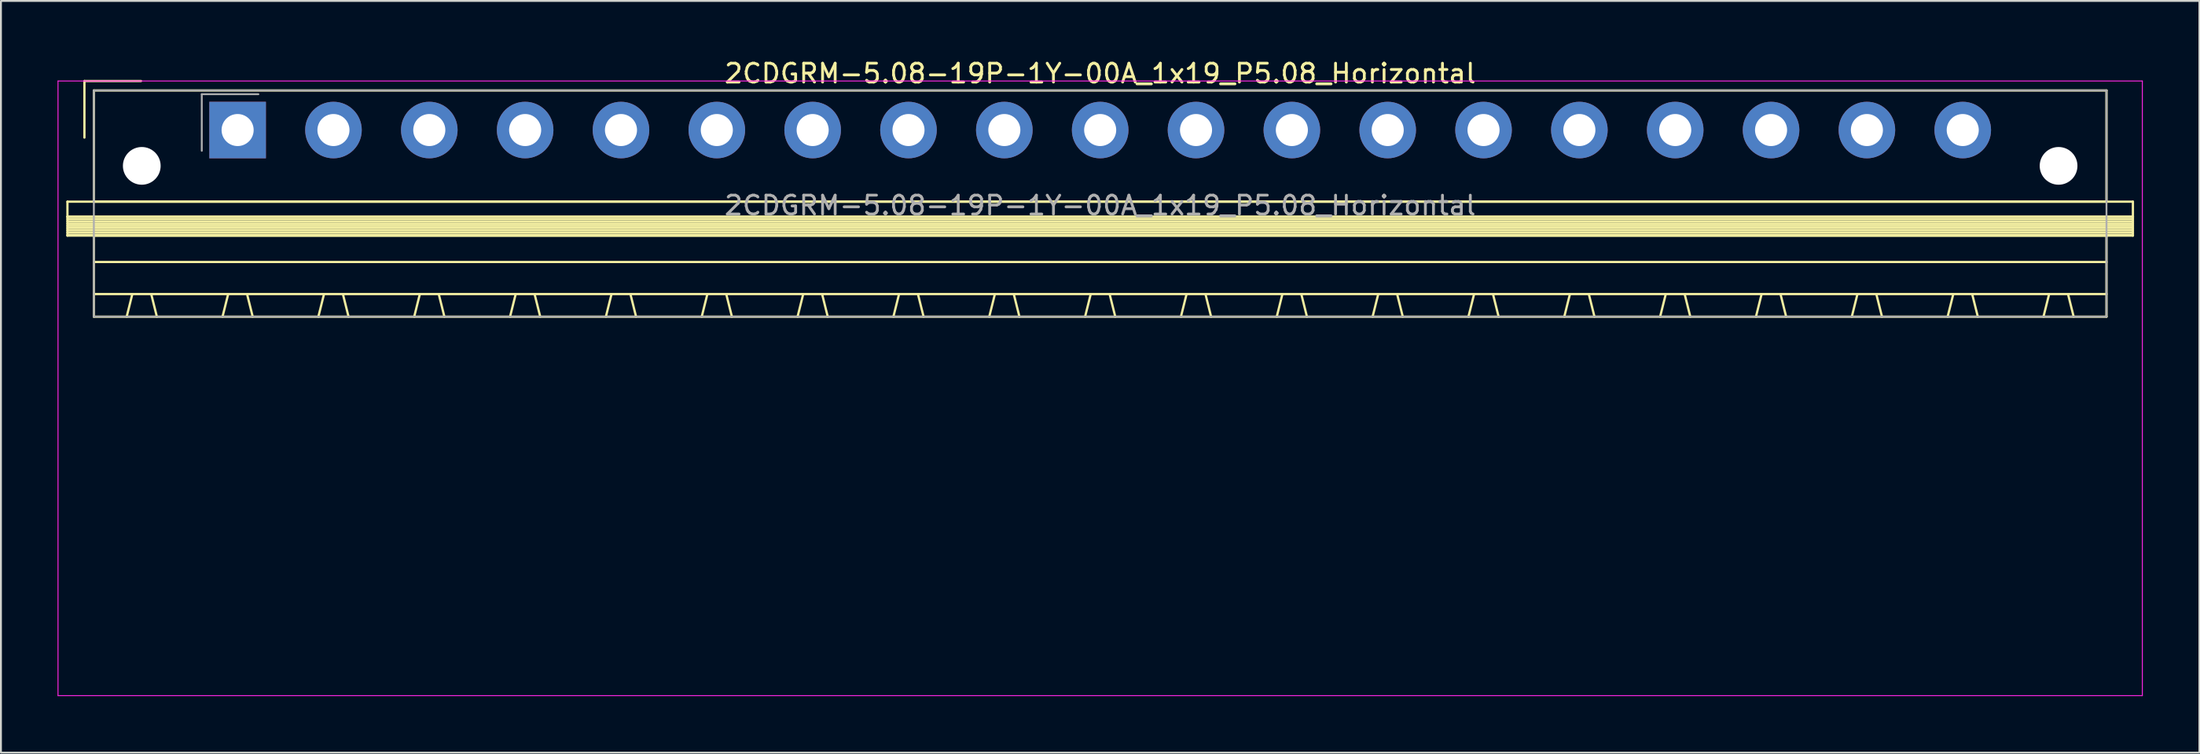
<source format=kicad_pcb>
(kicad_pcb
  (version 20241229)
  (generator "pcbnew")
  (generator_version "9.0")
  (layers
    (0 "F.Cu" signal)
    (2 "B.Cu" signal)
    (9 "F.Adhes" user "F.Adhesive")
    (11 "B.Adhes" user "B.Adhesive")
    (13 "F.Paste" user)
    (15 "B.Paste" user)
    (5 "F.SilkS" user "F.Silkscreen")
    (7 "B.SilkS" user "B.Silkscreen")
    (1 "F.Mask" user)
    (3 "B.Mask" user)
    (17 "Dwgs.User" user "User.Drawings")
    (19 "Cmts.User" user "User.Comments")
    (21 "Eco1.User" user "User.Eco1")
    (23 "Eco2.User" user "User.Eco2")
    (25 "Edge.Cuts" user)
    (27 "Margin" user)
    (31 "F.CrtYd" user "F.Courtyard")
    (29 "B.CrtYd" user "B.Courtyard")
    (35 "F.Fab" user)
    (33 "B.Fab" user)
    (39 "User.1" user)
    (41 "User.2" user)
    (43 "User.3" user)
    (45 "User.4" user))
  (footprint "2CDGRM-5.08-19P-1Y-00A_1x19_P5.08_Horizontal"
    (layer "F.Cu")
    (at 9.545 3.848)
    (property "Reference" "2CDGRM-5.08-19P-1Y-00A_1x19_P5.08_Horizontal" (at 45.72 -3 0) (layer "F.SilkS") (effects (font (size 1 1) (thickness 0.15))))
    (attr through_hole)
    (fp_line (start -9.02 3.8) (end -9.02 4.6) (stroke (width 0.12) (type solid)) (layer "F.SilkS"))
    (fp_line (start -9.02 4.6) (end -9.02 5.6) (stroke (width 0.12) (type solid)) (layer "F.SilkS"))
    (fp_line (start -9.02 4.6) (end 100.46 4.6) (stroke (width 0.12) (type solid)) (layer "F.SilkS"))
    (fp_line (start -9.02 4.72) (end 100.46 4.72) (stroke (width 0.12) (type solid)) (layer "F.SilkS"))
    (fp_line (start -9.02 4.84) (end 100.46 4.84) (stroke (width 0.12) (type solid)) (layer "F.SilkS"))
    (fp_line (start -9.02 4.96) (end 100.46 4.96) (stroke (width 0.12) (type solid)) (layer "F.SilkS"))
    (fp_line (start -9.02 5.08) (end 100.46 5.08) (stroke (width 0.12) (type solid)) (layer "F.SilkS"))
    (fp_line (start -9.02 5.2) (end 100.46 5.2) (stroke (width 0.12) (type solid)) (layer "F.SilkS"))
    (fp_line (start -9.02 5.32) (end 100.46 5.32) (stroke (width 0.12) (type solid)) (layer "F.SilkS"))
    (fp_line (start -9.02 5.44) (end 100.46 5.44) (stroke (width 0.12) (type solid)) (layer "F.SilkS"))
    (fp_line (start -9.02 5.56) (end 100.46 5.56) (stroke (width 0.12) (type solid)) (layer "F.SilkS"))
    (fp_line (start -9.02 5.6) (end 100.46 5.6) (stroke (width 0.12) (type solid)) (layer "F.SilkS"))
    (fp_line (start -8.12 -2.6) (end -8.12 0.4) (stroke (width 0.12) (type solid)) (layer "F.SilkS"))
    (fp_line (start -8.12 -2.6) (end -5.12 -2.6) (stroke (width 0.12) (type solid)) (layer "F.SilkS"))
    (fp_line (start -7.62 -2.1) (end -7.62 3.8) (stroke (width 0.12) (type solid)) (layer "F.SilkS"))
    (fp_line (start -7.62 3.8) (end 99.06 3.8) (stroke (width 0.12) (type solid)) (layer "F.SilkS"))
    (fp_line (start -7.62 5.6) (end -7.62 9.9) (stroke (width 0.12) (type solid)) (layer "F.SilkS"))
    (fp_line (start -7.62 7) (end 99.06 7) (stroke (width 0.12) (type solid)) (layer "F.SilkS"))
    (fp_line (start -7.62 8.7) (end 99.06 8.7) (stroke (width 0.12) (type solid)) (layer "F.SilkS"))
    (fp_line (start -7.62 9.9) (end 99.06 9.9) (stroke (width 0.12) (type solid)) (layer "F.SilkS"))
    (fp_line (start -5.58 8.7) (end -5.88 9.9) (stroke (width 0.12) (type solid)) (layer "F.SilkS"))
    (fp_line (start -4.58 8.7) (end -4.28 9.9) (stroke (width 0.12) (type solid)) (layer "F.SilkS"))
    (fp_line (start -0.5 8.7) (end -0.8 9.9) (stroke (width 0.12) (type solid)) (layer "F.SilkS"))
    (fp_line (start 0.5 8.7) (end 0.8 9.9) (stroke (width 0.12) (type solid)) (layer "F.SilkS"))
    (fp_line (start 4.58 8.7) (end 4.28 9.9) (stroke (width 0.12) (type solid)) (layer "F.SilkS"))
    (fp_line (start 5.58 8.7) (end 5.88 9.9) (stroke (width 0.12) (type solid)) (layer "F.SilkS"))
    (fp_line (start 9.66 8.7) (end 9.36 9.9) (stroke (width 0.12) (type solid)) (layer "F.SilkS"))
    (fp_line (start 10.66 8.7) (end 10.96 9.9) (stroke (width 0.12) (type solid)) (layer "F.SilkS"))
    (fp_line (start 14.74 8.7) (end 14.44 9.9) (stroke (width 0.12) (type solid)) (layer "F.SilkS"))
    (fp_line (start 15.74 8.7) (end 16.04 9.9) (stroke (width 0.12) (type solid)) (layer "F.SilkS"))
    (fp_line (start 19.82 8.7) (end 19.52 9.9) (stroke (width 0.12) (type solid)) (layer "F.SilkS"))
    (fp_line (start 20.82 8.7) (end 21.12 9.9) (stroke (width 0.12) (type solid)) (layer "F.SilkS"))
    (fp_line (start 24.9 8.7) (end 24.6 9.9) (stroke (width 0.12) (type solid)) (layer "F.SilkS"))
    (fp_line (start 25.9 8.7) (end 26.2 9.9) (stroke (width 0.12) (type solid)) (layer "F.SilkS"))
    (fp_line (start 29.98 8.7) (end 29.68 9.9) (stroke (width 0.12) (type solid)) (layer "F.SilkS"))
    (fp_line (start 30.98 8.7) (end 31.28 9.9) (stroke (width 0.12) (type solid)) (layer "F.SilkS"))
    (fp_line (start 35.06 8.7) (end 34.76 9.9) (stroke (width 0.12) (type solid)) (layer "F.SilkS"))
    (fp_line (start 36.06 8.7) (end 36.36 9.9) (stroke (width 0.12) (type solid)) (layer "F.SilkS"))
    (fp_line (start 40.14 8.7) (end 39.84 9.9) (stroke (width 0.12) (type solid)) (layer "F.SilkS"))
    (fp_line (start 41.14 8.7) (end 41.44 9.9) (stroke (width 0.12) (type solid)) (layer "F.SilkS"))
    (fp_line (start 45.22 8.7) (end 44.92 9.9) (stroke (width 0.12) (type solid)) (layer "F.SilkS"))
    (fp_line (start 46.22 8.7) (end 46.52 9.9) (stroke (width 0.12) (type solid)) (layer "F.SilkS"))
    (fp_line (start 50.3 8.7) (end 50 9.9) (stroke (width 0.12) (type solid)) (layer "F.SilkS"))
    (fp_line (start 51.3 8.7) (end 51.6 9.9) (stroke (width 0.12) (type solid)) (layer "F.SilkS"))
    (fp_line (start 55.38 8.7) (end 55.08 9.9) (stroke (width 0.12) (type solid)) (layer "F.SilkS"))
    (fp_line (start 56.38 8.7) (end 56.68 9.9) (stroke (width 0.12) (type solid)) (layer "F.SilkS"))
    (fp_line (start 60.46 8.7) (end 60.16 9.9) (stroke (width 0.12) (type solid)) (layer "F.SilkS"))
    (fp_line (start 61.46 8.7) (end 61.76 9.9) (stroke (width 0.12) (type solid)) (layer "F.SilkS"))
    (fp_line (start 65.54 8.7) (end 65.24 9.9) (stroke (width 0.12) (type solid)) (layer "F.SilkS"))
    (fp_line (start 66.54 8.7) (end 66.84 9.9) (stroke (width 0.12) (type solid)) (layer "F.SilkS"))
    (fp_line (start 70.62 8.7) (end 70.32 9.9) (stroke (width 0.12) (type solid)) (layer "F.SilkS"))
    (fp_line (start 71.62 8.7) (end 71.92 9.9) (stroke (width 0.12) (type solid)) (layer "F.SilkS"))
    (fp_line (start 75.7 8.7) (end 75.4 9.9) (stroke (width 0.12) (type solid)) (layer "F.SilkS"))
    (fp_line (start 76.7 8.7) (end 77 9.9) (stroke (width 0.12) (type solid)) (layer "F.SilkS"))
    (fp_line (start 80.78 8.7) (end 80.48 9.9) (stroke (width 0.12) (type solid)) (layer "F.SilkS"))
    (fp_line (start 81.78 8.7) (end 82.08 9.9) (stroke (width 0.12) (type solid)) (layer "F.SilkS"))
    (fp_line (start 85.86 8.7) (end 85.56 9.9) (stroke (width 0.12) (type solid)) (layer "F.SilkS"))
    (fp_line (start 86.86 8.7) (end 87.16 9.9) (stroke (width 0.12) (type solid)) (layer "F.SilkS"))
    (fp_line (start 90.94 8.7) (end 90.64 9.9) (stroke (width 0.12) (type solid)) (layer "F.SilkS"))
    (fp_line (start 91.94 8.7) (end 92.24 9.9) (stroke (width 0.12) (type solid)) (layer "F.SilkS"))
    (fp_line (start 96.02 8.7) (end 95.72 9.9) (stroke (width 0.12) (type solid)) (layer "F.SilkS"))
    (fp_line (start 97.02 8.7) (end 97.32 9.9) (stroke (width 0.12) (type solid)) (layer "F.SilkS"))
    (fp_line (start 99.06 -2.1) (end -7.62 -2.1) (stroke (width 0.12) (type solid)) (layer "F.SilkS"))
    (fp_line (start 99.06 3.8) (end 99.06 -2.1) (stroke (width 0.12) (type solid)) (layer "F.SilkS"))
    (fp_line (start 99.06 5.6) (end -7.62 5.6) (stroke (width 0.12) (type solid)) (layer "F.SilkS"))
    (fp_line (start 99.06 9.9) (end 99.06 5.6) (stroke (width 0.12) (type solid)) (layer "F.SilkS"))
    (fp_line (start 100.46 3.8) (end -9.02 3.8) (stroke (width 0.12) (type solid)) (layer "F.SilkS"))
    (fp_line (start 100.46 4.6) (end -9.02 4.6) (stroke (width 0.12) (type solid)) (layer "F.SilkS"))
    (fp_line (start 100.46 4.6) (end 100.46 3.8) (stroke (width 0.12) (type solid)) (layer "F.SilkS"))
    (fp_line (start 100.46 5.6) (end 100.46 4.6) (stroke (width 0.12) (type solid)) (layer "F.SilkS"))
    (fp_line (start -9.52 -2.6) (end -9.52 30) (stroke (width 0.05) (type solid)) (layer "F.CrtYd"))
    (fp_line (start -9.52 30) (end 100.96 30) (stroke (width 0.05) (type solid)) (layer "F.CrtYd"))
    (fp_line (start 100.96 -2.6) (end -9.52 -2.6) (stroke (width 0.05) (type solid)) (layer "F.CrtYd"))
    (fp_line (start 100.96 30) (end 100.96 -2.6) (stroke (width 0.05) (type solid)) (layer "F.CrtYd"))
    (fp_line (start -7.62 -2.1) (end -7.62 9.9) (stroke (width 0.1) (type solid)) (layer "F.Fab"))
    (fp_line (start -7.62 9.9) (end 99.06 9.9) (stroke (width 0.1) (type solid)) (layer "F.Fab"))
    (fp_line (start -1.9 -1.9) (end -1.9 1.1) (stroke (width 0.1) (type solid)) (layer "F.Fab"))
    (fp_line (start -1.9 -1.9) (end 1.1 -1.9) (stroke (width 0.1) (type solid)) (layer "F.Fab"))
    (fp_line (start 99.06 -2.1) (end -7.62 -2.1) (stroke (width 0.1) (type solid)) (layer "F.Fab"))
    (fp_line (start 99.06 9.9) (end 99.06 -2.1) (stroke (width 0.1) (type solid)) (layer "F.Fab"))
    (fp_text user "${REFERENCE}" (at 45.72 4 0) (layer "F.Fab") (effects (font (size 1 1) (thickness 0.15))))
    (pad "" np_thru_hole circle (at -5.08 1.9) (size 2 2) (drill 2) (layers "*.Cu" "*.Mask"))
    (pad "" np_thru_hole circle (at 96.52 1.9) (size 2 2) (drill 2) (layers "*.Cu" "*.Mask"))
    (pad "1" thru_hole rect (at 0 0) (size 3 3) (drill 1.7) (layers "*.Cu" "*.Mask"))
    (pad "2" thru_hole circle (at 5.08 0) (size 3 3) (drill 1.7) (layers "*.Cu" "*.Mask"))
    (pad "3" thru_hole circle (at 10.16 0) (size 3 3) (drill 1.7) (layers "*.Cu" "*.Mask"))
    (pad "4" thru_hole circle (at 15.24 0) (size 3 3) (drill 1.7) (layers "*.Cu" "*.Mask"))
    (pad "5" thru_hole circle (at 20.32 0) (size 3 3) (drill 1.7) (layers "*.Cu" "*.Mask"))
    (pad "6" thru_hole circle (at 25.4 0) (size 3 3) (drill 1.7) (layers "*.Cu" "*.Mask"))
    (pad "7" thru_hole circle (at 30.48 0) (size 3 3) (drill 1.7) (layers "*.Cu" "*.Mask"))
    (pad "8" thru_hole circle (at 35.56 0) (size 3 3) (drill 1.7) (layers "*.Cu" "*.Mask"))
    (pad "9" thru_hole circle (at 40.64 0) (size 3 3) (drill 1.7) (layers "*.Cu" "*.Mask"))
    (pad "10" thru_hole circle (at 45.72 0) (size 3 3) (drill 1.7) (layers "*.Cu" "*.Mask"))
    (pad "11" thru_hole circle (at 50.8 0) (size 3 3) (drill 1.7) (layers "*.Cu" "*.Mask"))
    (pad "12" thru_hole circle (at 55.88 0) (size 3 3) (drill 1.7) (layers "*.Cu" "*.Mask"))
    (pad "13" thru_hole circle (at 60.96 0) (size 3 3) (drill 1.7) (layers "*.Cu" "*.Mask"))
    (pad "14" thru_hole circle (at 66.04 0) (size 3 3) (drill 1.7) (layers "*.Cu" "*.Mask"))
    (pad "15" thru_hole circle (at 71.12 0) (size 3 3) (drill 1.7) (layers "*.Cu" "*.Mask"))
    (pad "16" thru_hole circle (at 76.2 0) (size 3 3) (drill 1.7) (layers "*.Cu" "*.Mask"))
    (pad "17" thru_hole circle (at 81.28 0) (size 3 3) (drill 1.7) (layers "*.Cu" "*.Mask"))
    (pad "18" thru_hole circle (at 86.36 0) (size 3 3) (drill 1.7) (layers "*.Cu" "*.Mask"))
    (pad "19" thru_hole circle (at 91.44 0) (size 3 3) (drill 1.7) (layers "*.Cu" "*.Mask")))
  (gr_rect
    (start -3 -3)
    (end 113.53 36.873)
    (stroke (width 0.1) (type default))
    (fill no)
    (layer "Edge.Cuts")))
</source>
